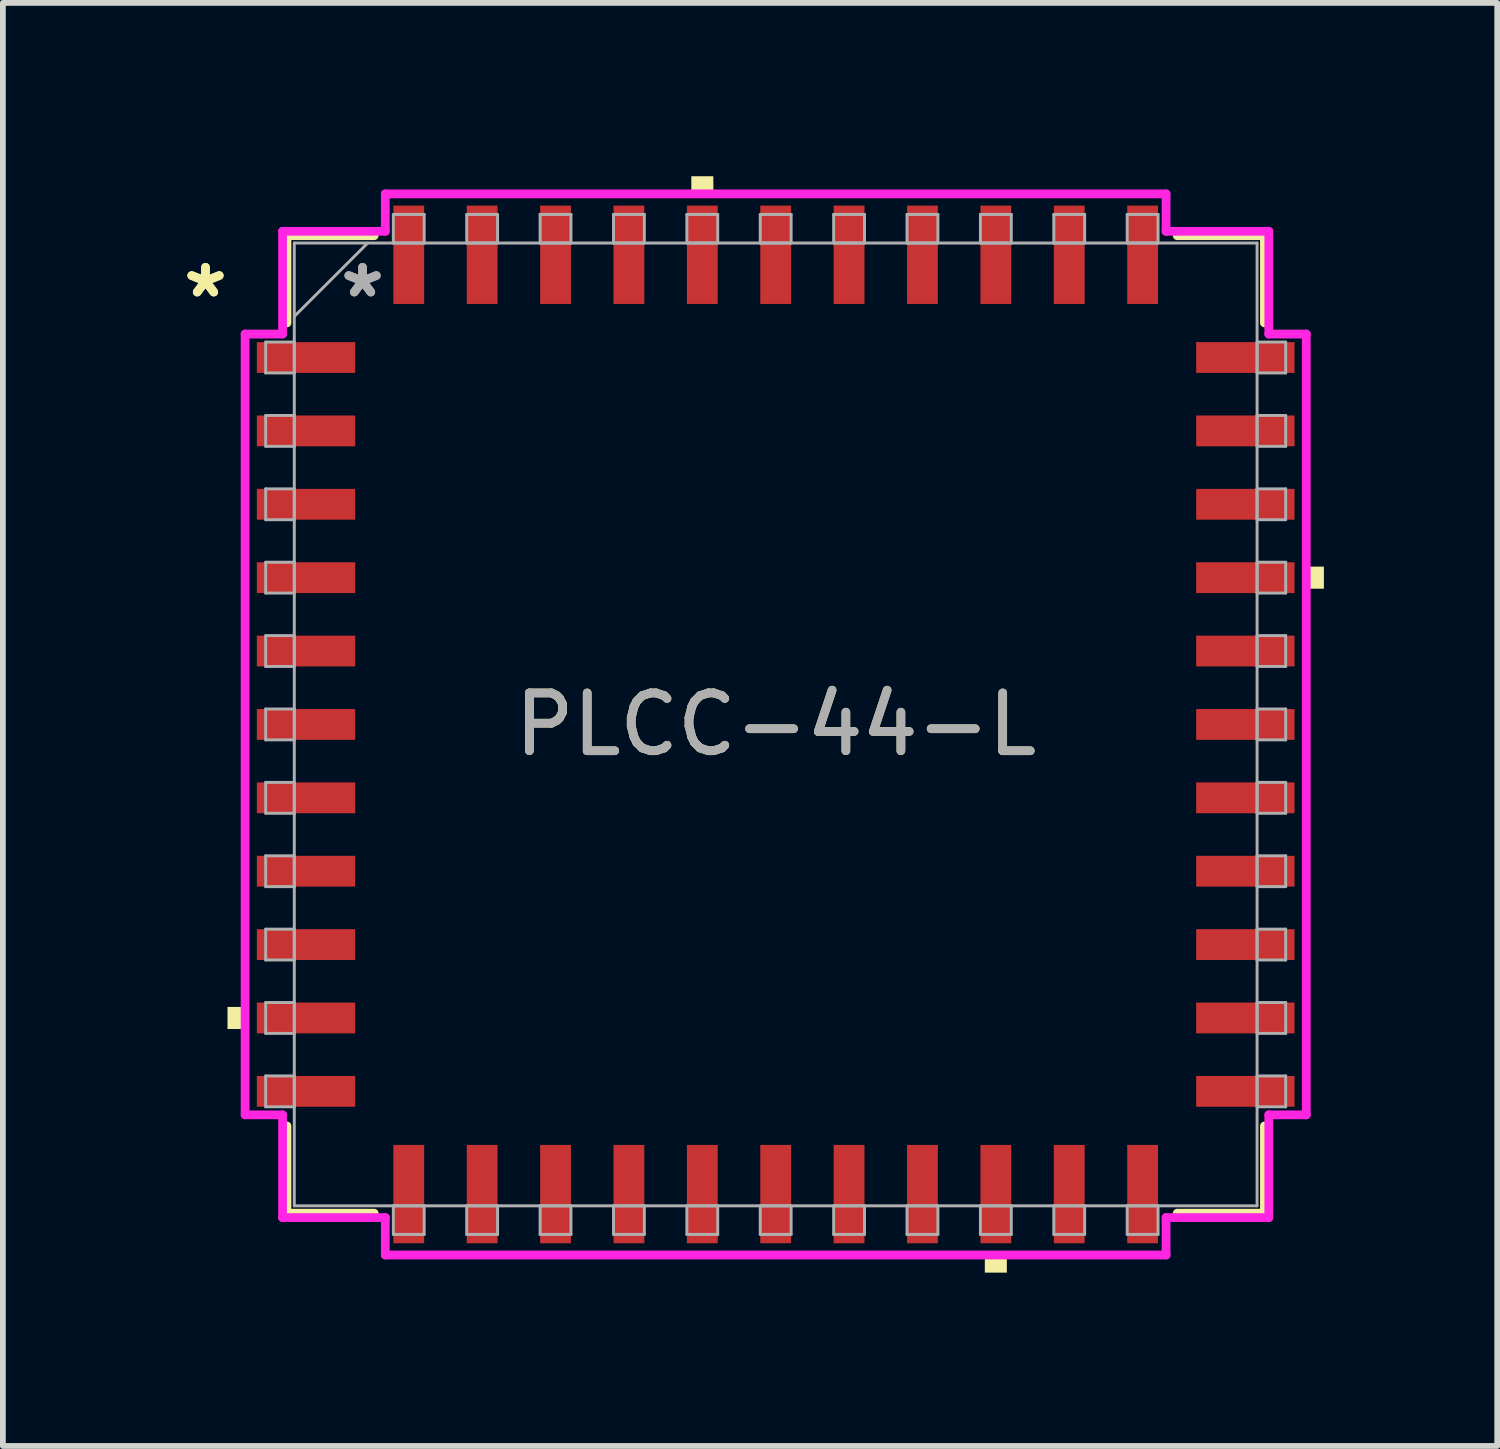
<source format=kicad_pcb>
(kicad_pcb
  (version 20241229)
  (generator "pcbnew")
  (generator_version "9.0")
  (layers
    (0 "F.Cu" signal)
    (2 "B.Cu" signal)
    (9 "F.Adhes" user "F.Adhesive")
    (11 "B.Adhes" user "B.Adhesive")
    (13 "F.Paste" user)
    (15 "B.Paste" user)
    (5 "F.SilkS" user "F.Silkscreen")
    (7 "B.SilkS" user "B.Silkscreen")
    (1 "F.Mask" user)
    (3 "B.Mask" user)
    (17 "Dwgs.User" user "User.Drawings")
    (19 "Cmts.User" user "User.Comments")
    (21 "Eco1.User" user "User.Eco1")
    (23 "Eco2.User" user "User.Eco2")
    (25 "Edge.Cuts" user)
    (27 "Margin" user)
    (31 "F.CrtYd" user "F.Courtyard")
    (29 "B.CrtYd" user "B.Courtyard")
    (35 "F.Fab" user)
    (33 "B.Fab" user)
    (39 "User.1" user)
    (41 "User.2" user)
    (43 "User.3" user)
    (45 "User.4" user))
  (footprint "PLCC-44-L"
    (layer "F.Cu")
    (at 10.374 9.487)
    (property "Reference" "PLCC-44-L" (at 0 0 0) (unlocked yes) (layer "F.SilkS") (effects (font (size 1 1) (thickness 0.15))))
    (attr smd)
    (fp_line (start -8.458 -8.458) (end -8.458 -6.949) (stroke (width 0.152) (type solid)) (layer "F.SilkS"))
    (fp_line (start -8.458 6.949) (end -8.458 8.458) (stroke (width 0.152) (type solid)) (layer "F.SilkS"))
    (fp_line (start -8.458 8.458) (end -6.949 8.458) (stroke (width 0.152) (type solid)) (layer "F.SilkS"))
    (fp_line (start -6.949 -8.458) (end -8.458 -8.458) (stroke (width 0.152) (type solid)) (layer "F.SilkS"))
    (fp_line (start 6.949 8.458) (end 8.458 8.458) (stroke (width 0.152) (type solid)) (layer "F.SilkS"))
    (fp_line (start 8.458 -8.458) (end 6.949 -8.458) (stroke (width 0.152) (type solid)) (layer "F.SilkS"))
    (fp_line (start 8.458 -6.949) (end 8.458 -8.458) (stroke (width 0.152) (type solid)) (layer "F.SilkS"))
    (fp_line (start 8.458 8.458) (end 8.458 6.949) (stroke (width 0.152) (type solid)) (layer "F.SilkS"))
    (fp_poly (pts (xy -9.487 4.889) (xy -9.487 5.271) (xy -9.233 5.271) (xy -9.233 4.889)) (stroke (width 0) (type solid)) (fill yes) (layer "F.SilkS"))
    (fp_poly (pts (xy -1.46 -9.233) (xy -1.46 -9.487) (xy -1.079 -9.487) (xy -1.079 -9.233)) (stroke (width 0) (type solid)) (fill yes) (layer "F.SilkS"))
    (fp_poly (pts (xy 3.619 9.233) (xy 3.619 9.487) (xy 4 9.487) (xy 4 9.233)) (stroke (width 0) (type solid)) (fill yes) (layer "F.SilkS"))
    (fp_poly (pts (xy 9.487 -2.731) (xy 9.487 -2.349) (xy 9.233 -2.349) (xy 9.233 -2.731)) (stroke (width 0) (type solid)) (fill yes) (layer "F.SilkS"))
    (fp_line (start -9.182 -6.756) (end -8.534 -6.756) (stroke (width 0.152) (type solid)) (layer "F.CrtYd"))
    (fp_line (start -9.182 6.756) (end -9.182 -6.756) (stroke (width 0.152) (type solid)) (layer "F.CrtYd"))
    (fp_line (start -9.182 6.756) (end -8.534 6.756) (stroke (width 0.152) (type solid)) (layer "F.CrtYd"))
    (fp_line (start -8.534 -8.534) (end -6.756 -8.534) (stroke (width 0.152) (type solid)) (layer "F.CrtYd"))
    (fp_line (start -8.534 -6.756) (end -8.534 -8.534) (stroke (width 0.152) (type solid)) (layer "F.CrtYd"))
    (fp_line (start -8.534 8.534) (end -8.534 6.756) (stroke (width 0.152) (type solid)) (layer "F.CrtYd"))
    (fp_line (start -6.756 -9.182) (end 6.756 -9.182) (stroke (width 0.152) (type solid)) (layer "F.CrtYd"))
    (fp_line (start -6.756 -8.534) (end -6.756 -9.182) (stroke (width 0.152) (type solid)) (layer "F.CrtYd"))
    (fp_line (start -6.756 8.534) (end -8.534 8.534) (stroke (width 0.152) (type solid)) (layer "F.CrtYd"))
    (fp_line (start -6.756 9.182) (end -6.756 8.534) (stroke (width 0.152) (type solid)) (layer "F.CrtYd"))
    (fp_line (start 6.756 -9.182) (end 6.756 -8.534) (stroke (width 0.152) (type solid)) (layer "F.CrtYd"))
    (fp_line (start 6.756 -8.534) (end 8.534 -8.534) (stroke (width 0.152) (type solid)) (layer "F.CrtYd"))
    (fp_line (start 6.756 8.534) (end 6.756 9.182) (stroke (width 0.152) (type solid)) (layer "F.CrtYd"))
    (fp_line (start 6.756 9.182) (end -6.756 9.182) (stroke (width 0.152) (type solid)) (layer "F.CrtYd"))
    (fp_line (start 8.534 -8.534) (end 8.534 -6.756) (stroke (width 0.152) (type solid)) (layer "F.CrtYd"))
    (fp_line (start 8.534 -6.756) (end 9.182 -6.756) (stroke (width 0.152) (type solid)) (layer "F.CrtYd"))
    (fp_line (start 8.534 6.756) (end 8.534 8.534) (stroke (width 0.152) (type solid)) (layer "F.CrtYd"))
    (fp_line (start 8.534 8.534) (end 6.756 8.534) (stroke (width 0.152) (type solid)) (layer "F.CrtYd"))
    (fp_line (start 9.182 -6.756) (end 9.182 6.756) (stroke (width 0.152) (type solid)) (layer "F.CrtYd"))
    (fp_line (start 9.182 6.756) (end 8.534 6.756) (stroke (width 0.152) (type solid)) (layer "F.CrtYd"))
    (fp_line (start -8.826 -6.617) (end -8.826 -6.083) (stroke (width 0.051) (type solid)) (layer "F.Fab"))
    (fp_line (start -8.826 -6.083) (end -8.331 -6.083) (stroke (width 0.051) (type solid)) (layer "F.Fab"))
    (fp_line (start -8.826 -5.347) (end -8.826 -4.813) (stroke (width 0.051) (type solid)) (layer "F.Fab"))
    (fp_line (start -8.826 -4.813) (end -8.331 -4.813) (stroke (width 0.051) (type solid)) (layer "F.Fab"))
    (fp_line (start -8.826 -4.077) (end -8.826 -3.543) (stroke (width 0.051) (type solid)) (layer "F.Fab"))
    (fp_line (start -8.826 -3.543) (end -8.331 -3.543) (stroke (width 0.051) (type solid)) (layer "F.Fab"))
    (fp_line (start -8.826 -2.807) (end -8.826 -2.273) (stroke (width 0.051) (type solid)) (layer "F.Fab"))
    (fp_line (start -8.826 -2.273) (end -8.331 -2.273) (stroke (width 0.051) (type solid)) (layer "F.Fab"))
    (fp_line (start -8.826 -1.537) (end -8.826 -1.003) (stroke (width 0.051) (type solid)) (layer "F.Fab"))
    (fp_line (start -8.826 -1.003) (end -8.331 -1.003) (stroke (width 0.051) (type solid)) (layer "F.Fab"))
    (fp_line (start -8.826 -0.267) (end -8.826 0.267) (stroke (width 0.051) (type solid)) (layer "F.Fab"))
    (fp_line (start -8.826 0.267) (end -8.331 0.267) (stroke (width 0.051) (type solid)) (layer "F.Fab"))
    (fp_line (start -8.826 1.003) (end -8.826 1.537) (stroke (width 0.051) (type solid)) (layer "F.Fab"))
    (fp_line (start -8.826 1.537) (end -8.331 1.537) (stroke (width 0.051) (type solid)) (layer "F.Fab"))
    (fp_line (start -8.826 2.273) (end -8.826 2.807) (stroke (width 0.051) (type solid)) (layer "F.Fab"))
    (fp_line (start -8.826 2.807) (end -8.331 2.807) (stroke (width 0.051) (type solid)) (layer "F.Fab"))
    (fp_line (start -8.826 3.543) (end -8.826 4.077) (stroke (width 0.051) (type solid)) (layer "F.Fab"))
    (fp_line (start -8.826 4.077) (end -8.331 4.077) (stroke (width 0.051) (type solid)) (layer "F.Fab"))
    (fp_line (start -8.826 4.813) (end -8.826 5.347) (stroke (width 0.051) (type solid)) (layer "F.Fab"))
    (fp_line (start -8.826 5.347) (end -8.331 5.347) (stroke (width 0.051) (type solid)) (layer "F.Fab"))
    (fp_line (start -8.826 6.083) (end -8.826 6.617) (stroke (width 0.051) (type solid)) (layer "F.Fab"))
    (fp_line (start -8.826 6.617) (end -8.331 6.617) (stroke (width 0.051) (type solid)) (layer "F.Fab"))
    (fp_line (start -8.331 -8.331) (end -8.331 8.331) (stroke (width 0.051) (type solid)) (layer "F.Fab"))
    (fp_line (start -8.331 -7.061) (end -7.061 -8.331) (stroke (width 0.051) (type solid)) (layer "F.Fab"))
    (fp_line (start -8.331 -6.617) (end -8.826 -6.617) (stroke (width 0.051) (type solid)) (layer "F.Fab"))
    (fp_line (start -8.331 -6.083) (end -8.331 -6.617) (stroke (width 0.051) (type solid)) (layer "F.Fab"))
    (fp_line (start -8.331 -5.347) (end -8.826 -5.347) (stroke (width 0.051) (type solid)) (layer "F.Fab"))
    (fp_line (start -8.331 -4.813) (end -8.331 -5.347) (stroke (width 0.051) (type solid)) (layer "F.Fab"))
    (fp_line (start -8.331 -4.077) (end -8.826 -4.077) (stroke (width 0.051) (type solid)) (layer "F.Fab"))
    (fp_line (start -8.331 -3.543) (end -8.331 -4.077) (stroke (width 0.051) (type solid)) (layer "F.Fab"))
    (fp_line (start -8.331 -2.807) (end -8.826 -2.807) (stroke (width 0.051) (type solid)) (layer "F.Fab"))
    (fp_line (start -8.331 -2.273) (end -8.331 -2.807) (stroke (width 0.051) (type solid)) (layer "F.Fab"))
    (fp_line (start -8.331 -1.537) (end -8.826 -1.537) (stroke (width 0.051) (type solid)) (layer "F.Fab"))
    (fp_line (start -8.331 -1.003) (end -8.331 -1.537) (stroke (width 0.051) (type solid)) (layer "F.Fab"))
    (fp_line (start -8.331 -0.267) (end -8.826 -0.267) (stroke (width 0.051) (type solid)) (layer "F.Fab"))
    (fp_line (start -8.331 0.267) (end -8.331 -0.267) (stroke (width 0.051) (type solid)) (layer "F.Fab"))
    (fp_line (start -8.331 1.003) (end -8.826 1.003) (stroke (width 0.051) (type solid)) (layer "F.Fab"))
    (fp_line (start -8.331 1.537) (end -8.331 1.003) (stroke (width 0.051) (type solid)) (layer "F.Fab"))
    (fp_line (start -8.331 2.273) (end -8.826 2.273) (stroke (width 0.051) (type solid)) (layer "F.Fab"))
    (fp_line (start -8.331 2.807) (end -8.331 2.273) (stroke (width 0.051) (type solid)) (layer "F.Fab"))
    (fp_line (start -8.331 3.543) (end -8.826 3.543) (stroke (width 0.051) (type solid)) (layer "F.Fab"))
    (fp_line (start -8.331 4.077) (end -8.331 3.543) (stroke (width 0.051) (type solid)) (layer "F.Fab"))
    (fp_line (start -8.331 4.813) (end -8.826 4.813) (stroke (width 0.051) (type solid)) (layer "F.Fab"))
    (fp_line (start -8.331 5.347) (end -8.331 4.813) (stroke (width 0.051) (type solid)) (layer "F.Fab"))
    (fp_line (start -8.331 6.083) (end -8.826 6.083) (stroke (width 0.051) (type solid)) (layer "F.Fab"))
    (fp_line (start -8.331 6.617) (end -8.331 6.083) (stroke (width 0.051) (type solid)) (layer "F.Fab"))
    (fp_line (start -8.331 8.331) (end 8.331 8.331) (stroke (width 0.051) (type solid)) (layer "F.Fab"))
    (fp_line (start -6.617 -8.826) (end -6.617 -8.331) (stroke (width 0.051) (type solid)) (layer "F.Fab"))
    (fp_line (start -6.617 -8.331) (end -6.083 -8.331) (stroke (width 0.051) (type solid)) (layer "F.Fab"))
    (fp_line (start -6.617 8.331) (end -6.617 8.826) (stroke (width 0.051) (type solid)) (layer "F.Fab"))
    (fp_line (start -6.617 8.826) (end -6.083 8.826) (stroke (width 0.051) (type solid)) (layer "F.Fab"))
    (fp_line (start -6.083 -8.826) (end -6.617 -8.826) (stroke (width 0.051) (type solid)) (layer "F.Fab"))
    (fp_line (start -6.083 -8.331) (end -6.083 -8.826) (stroke (width 0.051) (type solid)) (layer "F.Fab"))
    (fp_line (start -6.083 8.331) (end -6.617 8.331) (stroke (width 0.051) (type solid)) (layer "F.Fab"))
    (fp_line (start -6.083 8.826) (end -6.083 8.331) (stroke (width 0.051) (type solid)) (layer "F.Fab"))
    (fp_line (start -5.347 -8.826) (end -5.347 -8.331) (stroke (width 0.051) (type solid)) (layer "F.Fab"))
    (fp_line (start -5.347 -8.331) (end -4.813 -8.331) (stroke (width 0.051) (type solid)) (layer "F.Fab"))
    (fp_line (start -5.347 8.331) (end -5.347 8.826) (stroke (width 0.051) (type solid)) (layer "F.Fab"))
    (fp_line (start -5.347 8.826) (end -4.813 8.826) (stroke (width 0.051) (type solid)) (layer "F.Fab"))
    (fp_line (start -4.813 -8.826) (end -5.347 -8.826) (stroke (width 0.051) (type solid)) (layer "F.Fab"))
    (fp_line (start -4.813 -8.331) (end -4.813 -8.826) (stroke (width 0.051) (type solid)) (layer "F.Fab"))
    (fp_line (start -4.813 8.331) (end -5.347 8.331) (stroke (width 0.051) (type solid)) (layer "F.Fab"))
    (fp_line (start -4.813 8.826) (end -4.813 8.331) (stroke (width 0.051) (type solid)) (layer "F.Fab"))
    (fp_line (start -4.077 -8.826) (end -4.077 -8.331) (stroke (width 0.051) (type solid)) (layer "F.Fab"))
    (fp_line (start -4.077 -8.331) (end -3.543 -8.331) (stroke (width 0.051) (type solid)) (layer "F.Fab"))
    (fp_line (start -4.077 8.331) (end -4.077 8.826) (stroke (width 0.051) (type solid)) (layer "F.Fab"))
    (fp_line (start -4.077 8.826) (end -3.543 8.826) (stroke (width 0.051) (type solid)) (layer "F.Fab"))
    (fp_line (start -3.543 -8.826) (end -4.077 -8.826) (stroke (width 0.051) (type solid)) (layer "F.Fab"))
    (fp_line (start -3.543 -8.331) (end -3.543 -8.826) (stroke (width 0.051) (type solid)) (layer "F.Fab"))
    (fp_line (start -3.543 8.331) (end -4.077 8.331) (stroke (width 0.051) (type solid)) (layer "F.Fab"))
    (fp_line (start -3.543 8.826) (end -3.543 8.331) (stroke (width 0.051) (type solid)) (layer "F.Fab"))
    (fp_line (start -2.807 -8.826) (end -2.807 -8.331) (stroke (width 0.051) (type solid)) (layer "F.Fab"))
    (fp_line (start -2.807 -8.331) (end -2.273 -8.331) (stroke (width 0.051) (type solid)) (layer "F.Fab"))
    (fp_line (start -2.807 8.331) (end -2.807 8.826) (stroke (width 0.051) (type solid)) (layer "F.Fab"))
    (fp_line (start -2.807 8.826) (end -2.273 8.826) (stroke (width 0.051) (type solid)) (layer "F.Fab"))
    (fp_line (start -2.273 -8.826) (end -2.807 -8.826) (stroke (width 0.051) (type solid)) (layer "F.Fab"))
    (fp_line (start -2.273 -8.331) (end -2.273 -8.826) (stroke (width 0.051) (type solid)) (layer "F.Fab"))
    (fp_line (start -2.273 8.331) (end -2.807 8.331) (stroke (width 0.051) (type solid)) (layer "F.Fab"))
    (fp_line (start -2.273 8.826) (end -2.273 8.331) (stroke (width 0.051) (type solid)) (layer "F.Fab"))
    (fp_line (start -1.537 -8.826) (end -1.537 -8.331) (stroke (width 0.051) (type solid)) (layer "F.Fab"))
    (fp_line (start -1.537 -8.331) (end -1.003 -8.331) (stroke (width 0.051) (type solid)) (layer "F.Fab"))
    (fp_line (start -1.537 8.331) (end -1.537 8.826) (stroke (width 0.051) (type solid)) (layer "F.Fab"))
    (fp_line (start -1.537 8.826) (end -1.003 8.826) (stroke (width 0.051) (type solid)) (layer "F.Fab"))
    (fp_line (start -1.003 -8.826) (end -1.537 -8.826) (stroke (width 0.051) (type solid)) (layer "F.Fab"))
    (fp_line (start -1.003 -8.331) (end -1.003 -8.826) (stroke (width 0.051) (type solid)) (layer "F.Fab"))
    (fp_line (start -1.003 8.331) (end -1.537 8.331) (stroke (width 0.051) (type solid)) (layer "F.Fab"))
    (fp_line (start -1.003 8.826) (end -1.003 8.331) (stroke (width 0.051) (type solid)) (layer "F.Fab"))
    (fp_line (start -0.267 -8.826) (end -0.267 -8.331) (stroke (width 0.051) (type solid)) (layer "F.Fab"))
    (fp_line (start -0.267 -8.331) (end 0.267 -8.331) (stroke (width 0.051) (type solid)) (layer "F.Fab"))
    (fp_line (start -0.267 8.331) (end -0.267 8.826) (stroke (width 0.051) (type solid)) (layer "F.Fab"))
    (fp_line (start -0.267 8.826) (end 0.267 8.826) (stroke (width 0.051) (type solid)) (layer "F.Fab"))
    (fp_line (start 0.267 -8.826) (end -0.267 -8.826) (stroke (width 0.051) (type solid)) (layer "F.Fab"))
    (fp_line (start 0.267 -8.331) (end 0.267 -8.826) (stroke (width 0.051) (type solid)) (layer "F.Fab"))
    (fp_line (start 0.267 8.331) (end -0.267 8.331) (stroke (width 0.051) (type solid)) (layer "F.Fab"))
    (fp_line (start 0.267 8.826) (end 0.267 8.331) (stroke (width 0.051) (type solid)) (layer "F.Fab"))
    (fp_line (start 1.003 -8.826) (end 1.003 -8.331) (stroke (width 0.051) (type solid)) (layer "F.Fab"))
    (fp_line (start 1.003 -8.331) (end 1.537 -8.331) (stroke (width 0.051) (type solid)) (layer "F.Fab"))
    (fp_line (start 1.003 8.331) (end 1.003 8.826) (stroke (width 0.051) (type solid)) (layer "F.Fab"))
    (fp_line (start 1.003 8.826) (end 1.537 8.826) (stroke (width 0.051) (type solid)) (layer "F.Fab"))
    (fp_line (start 1.537 -8.826) (end 1.003 -8.826) (stroke (width 0.051) (type solid)) (layer "F.Fab"))
    (fp_line (start 1.537 -8.331) (end 1.537 -8.826) (stroke (width 0.051) (type solid)) (layer "F.Fab"))
    (fp_line (start 1.537 8.331) (end 1.003 8.331) (stroke (width 0.051) (type solid)) (layer "F.Fab"))
    (fp_line (start 1.537 8.826) (end 1.537 8.331) (stroke (width 0.051) (type solid)) (layer "F.Fab"))
    (fp_line (start 2.273 -8.826) (end 2.273 -8.331) (stroke (width 0.051) (type solid)) (layer "F.Fab"))
    (fp_line (start 2.273 -8.331) (end 2.807 -8.331) (stroke (width 0.051) (type solid)) (layer "F.Fab"))
    (fp_line (start 2.273 8.331) (end 2.273 8.826) (stroke (width 0.051) (type solid)) (layer "F.Fab"))
    (fp_line (start 2.273 8.826) (end 2.807 8.826) (stroke (width 0.051) (type solid)) (layer "F.Fab"))
    (fp_line (start 2.807 -8.826) (end 2.273 -8.826) (stroke (width 0.051) (type solid)) (layer "F.Fab"))
    (fp_line (start 2.807 -8.331) (end 2.807 -8.826) (stroke (width 0.051) (type solid)) (layer "F.Fab"))
    (fp_line (start 2.807 8.331) (end 2.273 8.331) (stroke (width 0.051) (type solid)) (layer "F.Fab"))
    (fp_line (start 2.807 8.826) (end 2.807 8.331) (stroke (width 0.051) (type solid)) (layer "F.Fab"))
    (fp_line (start 3.543 -8.826) (end 3.543 -8.331) (stroke (width 0.051) (type solid)) (layer "F.Fab"))
    (fp_line (start 3.543 -8.331) (end 4.077 -8.331) (stroke (width 0.051) (type solid)) (layer "F.Fab"))
    (fp_line (start 3.543 8.331) (end 3.543 8.826) (stroke (width 0.051) (type solid)) (layer "F.Fab"))
    (fp_line (start 3.543 8.826) (end 4.077 8.826) (stroke (width 0.051) (type solid)) (layer "F.Fab"))
    (fp_line (start 4.077 -8.826) (end 3.543 -8.826) (stroke (width 0.051) (type solid)) (layer "F.Fab"))
    (fp_line (start 4.077 -8.331) (end 4.077 -8.826) (stroke (width 0.051) (type solid)) (layer "F.Fab"))
    (fp_line (start 4.077 8.331) (end 3.543 8.331) (stroke (width 0.051) (type solid)) (layer "F.Fab"))
    (fp_line (start 4.077 8.826) (end 4.077 8.331) (stroke (width 0.051) (type solid)) (layer "F.Fab"))
    (fp_line (start 4.813 -8.826) (end 4.813 -8.331) (stroke (width 0.051) (type solid)) (layer "F.Fab"))
    (fp_line (start 4.813 -8.331) (end 5.347 -8.331) (stroke (width 0.051) (type solid)) (layer "F.Fab"))
    (fp_line (start 4.813 8.331) (end 4.813 8.826) (stroke (width 0.051) (type solid)) (layer "F.Fab"))
    (fp_line (start 4.813 8.826) (end 5.347 8.826) (stroke (width 0.051) (type solid)) (layer "F.Fab"))
    (fp_line (start 5.347 -8.826) (end 4.813 -8.826) (stroke (width 0.051) (type solid)) (layer "F.Fab"))
    (fp_line (start 5.347 -8.331) (end 5.347 -8.826) (stroke (width 0.051) (type solid)) (layer "F.Fab"))
    (fp_line (start 5.347 8.331) (end 4.813 8.331) (stroke (width 0.051) (type solid)) (layer "F.Fab"))
    (fp_line (start 5.347 8.826) (end 5.347 8.331) (stroke (width 0.051) (type solid)) (layer "F.Fab"))
    (fp_line (start 6.083 -8.826) (end 6.083 -8.331) (stroke (width 0.051) (type solid)) (layer "F.Fab"))
    (fp_line (start 6.083 -8.331) (end 6.617 -8.331) (stroke (width 0.051) (type solid)) (layer "F.Fab"))
    (fp_line (start 6.083 8.331) (end 6.083 8.826) (stroke (width 0.051) (type solid)) (layer "F.Fab"))
    (fp_line (start 6.083 8.826) (end 6.617 8.826) (stroke (width 0.051) (type solid)) (layer "F.Fab"))
    (fp_line (start 6.617 -8.826) (end 6.083 -8.826) (stroke (width 0.051) (type solid)) (layer "F.Fab"))
    (fp_line (start 6.617 -8.331) (end 6.617 -8.826) (stroke (width 0.051) (type solid)) (layer "F.Fab"))
    (fp_line (start 6.617 8.331) (end 6.083 8.331) (stroke (width 0.051) (type solid)) (layer "F.Fab"))
    (fp_line (start 6.617 8.826) (end 6.617 8.331) (stroke (width 0.051) (type solid)) (layer "F.Fab"))
    (fp_line (start 8.331 -8.331) (end -8.331 -8.331) (stroke (width 0.051) (type solid)) (layer "F.Fab"))
    (fp_line (start 8.331 -6.617) (end 8.331 -6.083) (stroke (width 0.051) (type solid)) (layer "F.Fab"))
    (fp_line (start 8.331 -6.083) (end 8.826 -6.083) (stroke (width 0.051) (type solid)) (layer "F.Fab"))
    (fp_line (start 8.331 -5.347) (end 8.331 -4.813) (stroke (width 0.051) (type solid)) (layer "F.Fab"))
    (fp_line (start 8.331 -4.813) (end 8.826 -4.813) (stroke (width 0.051) (type solid)) (layer "F.Fab"))
    (fp_line (start 8.331 -4.077) (end 8.331 -3.543) (stroke (width 0.051) (type solid)) (layer "F.Fab"))
    (fp_line (start 8.331 -3.543) (end 8.826 -3.543) (stroke (width 0.051) (type solid)) (layer "F.Fab"))
    (fp_line (start 8.331 -2.807) (end 8.331 -2.273) (stroke (width 0.051) (type solid)) (layer "F.Fab"))
    (fp_line (start 8.331 -2.273) (end 8.826 -2.273) (stroke (width 0.051) (type solid)) (layer "F.Fab"))
    (fp_line (start 8.331 -1.537) (end 8.331 -1.003) (stroke (width 0.051) (type solid)) (layer "F.Fab"))
    (fp_line (start 8.331 -1.003) (end 8.826 -1.003) (stroke (width 0.051) (type solid)) (layer "F.Fab"))
    (fp_line (start 8.331 -0.267) (end 8.331 0.267) (stroke (width 0.051) (type solid)) (layer "F.Fab"))
    (fp_line (start 8.331 0.267) (end 8.826 0.267) (stroke (width 0.051) (type solid)) (layer "F.Fab"))
    (fp_line (start 8.331 1.003) (end 8.331 1.537) (stroke (width 0.051) (type solid)) (layer "F.Fab"))
    (fp_line (start 8.331 1.537) (end 8.826 1.537) (stroke (width 0.051) (type solid)) (layer "F.Fab"))
    (fp_line (start 8.331 2.273) (end 8.331 2.807) (stroke (width 0.051) (type solid)) (layer "F.Fab"))
    (fp_line (start 8.331 2.807) (end 8.826 2.807) (stroke (width 0.051) (type solid)) (layer "F.Fab"))
    (fp_line (start 8.331 3.543) (end 8.331 4.077) (stroke (width 0.051) (type solid)) (layer "F.Fab"))
    (fp_line (start 8.331 4.077) (end 8.826 4.077) (stroke (width 0.051) (type solid)) (layer "F.Fab"))
    (fp_line (start 8.331 4.813) (end 8.331 5.347) (stroke (width 0.051) (type solid)) (layer "F.Fab"))
    (fp_line (start 8.331 5.347) (end 8.826 5.347) (stroke (width 0.051) (type solid)) (layer "F.Fab"))
    (fp_line (start 8.331 6.083) (end 8.331 6.617) (stroke (width 0.051) (type solid)) (layer "F.Fab"))
    (fp_line (start 8.331 6.617) (end 8.826 6.617) (stroke (width 0.051) (type solid)) (layer "F.Fab"))
    (fp_line (start 8.331 8.331) (end 8.331 -8.331) (stroke (width 0.051) (type solid)) (layer "F.Fab"))
    (fp_line (start 8.826 -6.617) (end 8.331 -6.617) (stroke (width 0.051) (type solid)) (layer "F.Fab"))
    (fp_line (start 8.826 -6.083) (end 8.826 -6.617) (stroke (width 0.051) (type solid)) (layer "F.Fab"))
    (fp_line (start 8.826 -5.347) (end 8.331 -5.347) (stroke (width 0.051) (type solid)) (layer "F.Fab"))
    (fp_line (start 8.826 -4.813) (end 8.826 -5.347) (stroke (width 0.051) (type solid)) (layer "F.Fab"))
    (fp_line (start 8.826 -4.077) (end 8.331 -4.077) (stroke (width 0.051) (type solid)) (layer "F.Fab"))
    (fp_line (start 8.826 -3.543) (end 8.826 -4.077) (stroke (width 0.051) (type solid)) (layer "F.Fab"))
    (fp_line (start 8.826 -2.807) (end 8.331 -2.807) (stroke (width 0.051) (type solid)) (layer "F.Fab"))
    (fp_line (start 8.826 -2.273) (end 8.826 -2.807) (stroke (width 0.051) (type solid)) (layer "F.Fab"))
    (fp_line (start 8.826 -1.537) (end 8.331 -1.537) (stroke (width 0.051) (type solid)) (layer "F.Fab"))
    (fp_line (start 8.826 -1.003) (end 8.826 -1.537) (stroke (width 0.051) (type solid)) (layer "F.Fab"))
    (fp_line (start 8.826 -0.267) (end 8.331 -0.267) (stroke (width 0.051) (type solid)) (layer "F.Fab"))
    (fp_line (start 8.826 0.267) (end 8.826 -0.267) (stroke (width 0.051) (type solid)) (layer "F.Fab"))
    (fp_line (start 8.826 1.003) (end 8.331 1.003) (stroke (width 0.051) (type solid)) (layer "F.Fab"))
    (fp_line (start 8.826 1.537) (end 8.826 1.003) (stroke (width 0.051) (type solid)) (layer "F.Fab"))
    (fp_line (start 8.826 2.273) (end 8.331 2.273) (stroke (width 0.051) (type solid)) (layer "F.Fab"))
    (fp_line (start 8.826 2.807) (end 8.826 2.273) (stroke (width 0.051) (type solid)) (layer "F.Fab"))
    (fp_line (start 8.826 3.543) (end 8.331 3.543) (stroke (width 0.051) (type solid)) (layer "F.Fab"))
    (fp_line (start 8.826 4.077) (end 8.826 3.543) (stroke (width 0.051) (type solid)) (layer "F.Fab"))
    (fp_line (start 8.826 4.813) (end 8.331 4.813) (stroke (width 0.051) (type solid)) (layer "F.Fab"))
    (fp_line (start 8.826 5.347) (end 8.826 4.813) (stroke (width 0.051) (type solid)) (layer "F.Fab"))
    (fp_line (start 8.826 6.083) (end 8.331 6.083) (stroke (width 0.051) (type solid)) (layer "F.Fab"))
    (fp_line (start 8.826 6.617) (end 8.826 6.083) (stroke (width 0.051) (type solid)) (layer "F.Fab"))
    (fp_text user "*" (at -9.868 -7.366 0) (layer "F.SilkS") (effects (font (size 1 1) (thickness 0.15))))
    (fp_text user "*" (at -9.868 -7.366 0) (unlocked yes) (layer "F.SilkS") (effects (font (size 1 1) (thickness 0.15))))
    (fp_text user "${REFERENCE}" (at 0 0 0) (unlocked yes) (layer "F.Fab") (effects (font (size 1 1) (thickness 0.15))))
    (fp_text user "*" (at -7.15 -7.366 0) (unlocked yes) (layer "F.Fab") (effects (font (size 1 1) (thickness 0.15))))
    (fp_text user "*" (at -7.15 -7.366 0) (layer "F.Fab") (effects (font (size 1 1) (thickness 0.15))))
    (pad "1" smd rect (at -8.128 -6.35 90) (size 0.533 1.702) (layers "F.Cu" "F.Mask" "F.Paste"))
    (pad "2" smd rect (at -8.128 -5.08 90) (size 0.533 1.702) (layers "F.Cu" "F.Mask" "F.Paste"))
    (pad "3" smd rect (at -8.128 -3.81 90) (size 0.533 1.702) (layers "F.Cu" "F.Mask" "F.Paste"))
    (pad "4" smd rect (at -8.128 -2.54 90) (size 0.533 1.702) (layers "F.Cu" "F.Mask" "F.Paste"))
    (pad "5" smd rect (at -8.128 -1.27 90) (size 0.533 1.702) (layers "F.Cu" "F.Mask" "F.Paste"))
    (pad "6" smd rect (at -8.128 0 90) (size 0.533 1.702) (layers "F.Cu" "F.Mask" "F.Paste"))
    (pad "7" smd rect (at -8.128 1.27 90) (size 0.533 1.702) (layers "F.Cu" "F.Mask" "F.Paste"))
    (pad "8" smd rect (at -8.128 2.54 90) (size 0.533 1.702) (layers "F.Cu" "F.Mask" "F.Paste"))
    (pad "9" smd rect (at -8.128 3.81 90) (size 0.533 1.702) (layers "F.Cu" "F.Mask" "F.Paste"))
    (pad "10" smd rect (at -8.128 5.08 90) (size 0.533 1.702) (layers "F.Cu" "F.Mask" "F.Paste"))
    (pad "11" smd rect (at -8.128 6.35 90) (size 0.533 1.702) (layers "F.Cu" "F.Mask" "F.Paste"))
    (pad "12" smd rect (at -6.35 8.128) (size 0.533 1.702) (layers "F.Cu" "F.Mask" "F.Paste"))
    (pad "13" smd rect (at -5.08 8.128) (size 0.533 1.702) (layers "F.Cu" "F.Mask" "F.Paste"))
    (pad "14" smd rect (at -3.81 8.128) (size 0.533 1.702) (layers "F.Cu" "F.Mask" "F.Paste"))
    (pad "15" smd rect (at -2.54 8.128) (size 0.533 1.702) (layers "F.Cu" "F.Mask" "F.Paste"))
    (pad "16" smd rect (at -1.27 8.128) (size 0.533 1.702) (layers "F.Cu" "F.Mask" "F.Paste"))
    (pad "17" smd rect (at 0 8.128) (size 0.533 1.702) (layers "F.Cu" "F.Mask" "F.Paste"))
    (pad "18" smd rect (at 1.27 8.128) (size 0.533 1.702) (layers "F.Cu" "F.Mask" "F.Paste"))
    (pad "19" smd rect (at 2.54 8.128) (size 0.533 1.702) (layers "F.Cu" "F.Mask" "F.Paste"))
    (pad "20" smd rect (at 3.81 8.128) (size 0.533 1.702) (layers "F.Cu" "F.Mask" "F.Paste"))
    (pad "21" smd rect (at 5.08 8.128) (size 0.533 1.702) (layers "F.Cu" "F.Mask" "F.Paste"))
    (pad "22" smd rect (at 6.35 8.128) (size 0.533 1.702) (layers "F.Cu" "F.Mask" "F.Paste"))
    (pad "23" smd rect (at 8.128 6.35 90) (size 0.533 1.702) (layers "F.Cu" "F.Mask" "F.Paste"))
    (pad "24" smd rect (at 8.128 5.08 90) (size 0.533 1.702) (layers "F.Cu" "F.Mask" "F.Paste"))
    (pad "25" smd rect (at 8.128 3.81 90) (size 0.533 1.702) (layers "F.Cu" "F.Mask" "F.Paste"))
    (pad "26" smd rect (at 8.128 2.54 90) (size 0.533 1.702) (layers "F.Cu" "F.Mask" "F.Paste"))
    (pad "27" smd rect (at 8.128 1.27 90) (size 0.533 1.702) (layers "F.Cu" "F.Mask" "F.Paste"))
    (pad "28" smd rect (at 8.128 0 90) (size 0.533 1.702) (layers "F.Cu" "F.Mask" "F.Paste"))
    (pad "29" smd rect (at 8.128 -1.27 90) (size 0.533 1.702) (layers "F.Cu" "F.Mask" "F.Paste"))
    (pad "30" smd rect (at 8.128 -2.54 90) (size 0.533 1.702) (layers "F.Cu" "F.Mask" "F.Paste"))
    (pad "31" smd rect (at 8.128 -3.81 90) (size 0.533 1.702) (layers "F.Cu" "F.Mask" "F.Paste"))
    (pad "32" smd rect (at 8.128 -5.08 90) (size 0.533 1.702) (layers "F.Cu" "F.Mask" "F.Paste"))
    (pad "33" smd rect (at 8.128 -6.35 90) (size 0.533 1.702) (layers "F.Cu" "F.Mask" "F.Paste"))
    (pad "34" smd rect (at 6.35 -8.128) (size 0.533 1.702) (layers "F.Cu" "F.Mask" "F.Paste"))
    (pad "35" smd rect (at 5.08 -8.128) (size 0.533 1.702) (layers "F.Cu" "F.Mask" "F.Paste"))
    (pad "36" smd rect (at 3.81 -8.128) (size 0.533 1.702) (layers "F.Cu" "F.Mask" "F.Paste"))
    (pad "37" smd rect (at 2.54 -8.128) (size 0.533 1.702) (layers "F.Cu" "F.Mask" "F.Paste"))
    (pad "38" smd rect (at 1.27 -8.128) (size 0.533 1.702) (layers "F.Cu" "F.Mask" "F.Paste"))
    (pad "39" smd rect (at 0 -8.128) (size 0.533 1.702) (layers "F.Cu" "F.Mask" "F.Paste"))
    (pad "40" smd rect (at -1.27 -8.128) (size 0.533 1.702) (layers "F.Cu" "F.Mask" "F.Paste"))
    (pad "41" smd rect (at -2.54 -8.128) (size 0.533 1.702) (layers "F.Cu" "F.Mask" "F.Paste"))
    (pad "42" smd rect (at -3.81 -8.128) (size 0.533 1.702) (layers "F.Cu" "F.Mask" "F.Paste"))
    (pad "43" smd rect (at -5.08 -8.128) (size 0.533 1.702) (layers "F.Cu" "F.Mask" "F.Paste"))
    (pad "44" smd rect (at -6.35 -8.128) (size 0.533 1.702) (layers "F.Cu" "F.Mask" "F.Paste")))
  (gr_rect
    (start -3 -3)
    (end 22.861 21.974)
    (stroke (width 0.1) (type default))
    (fill no)
    (layer "Edge.Cuts")))
</source>
